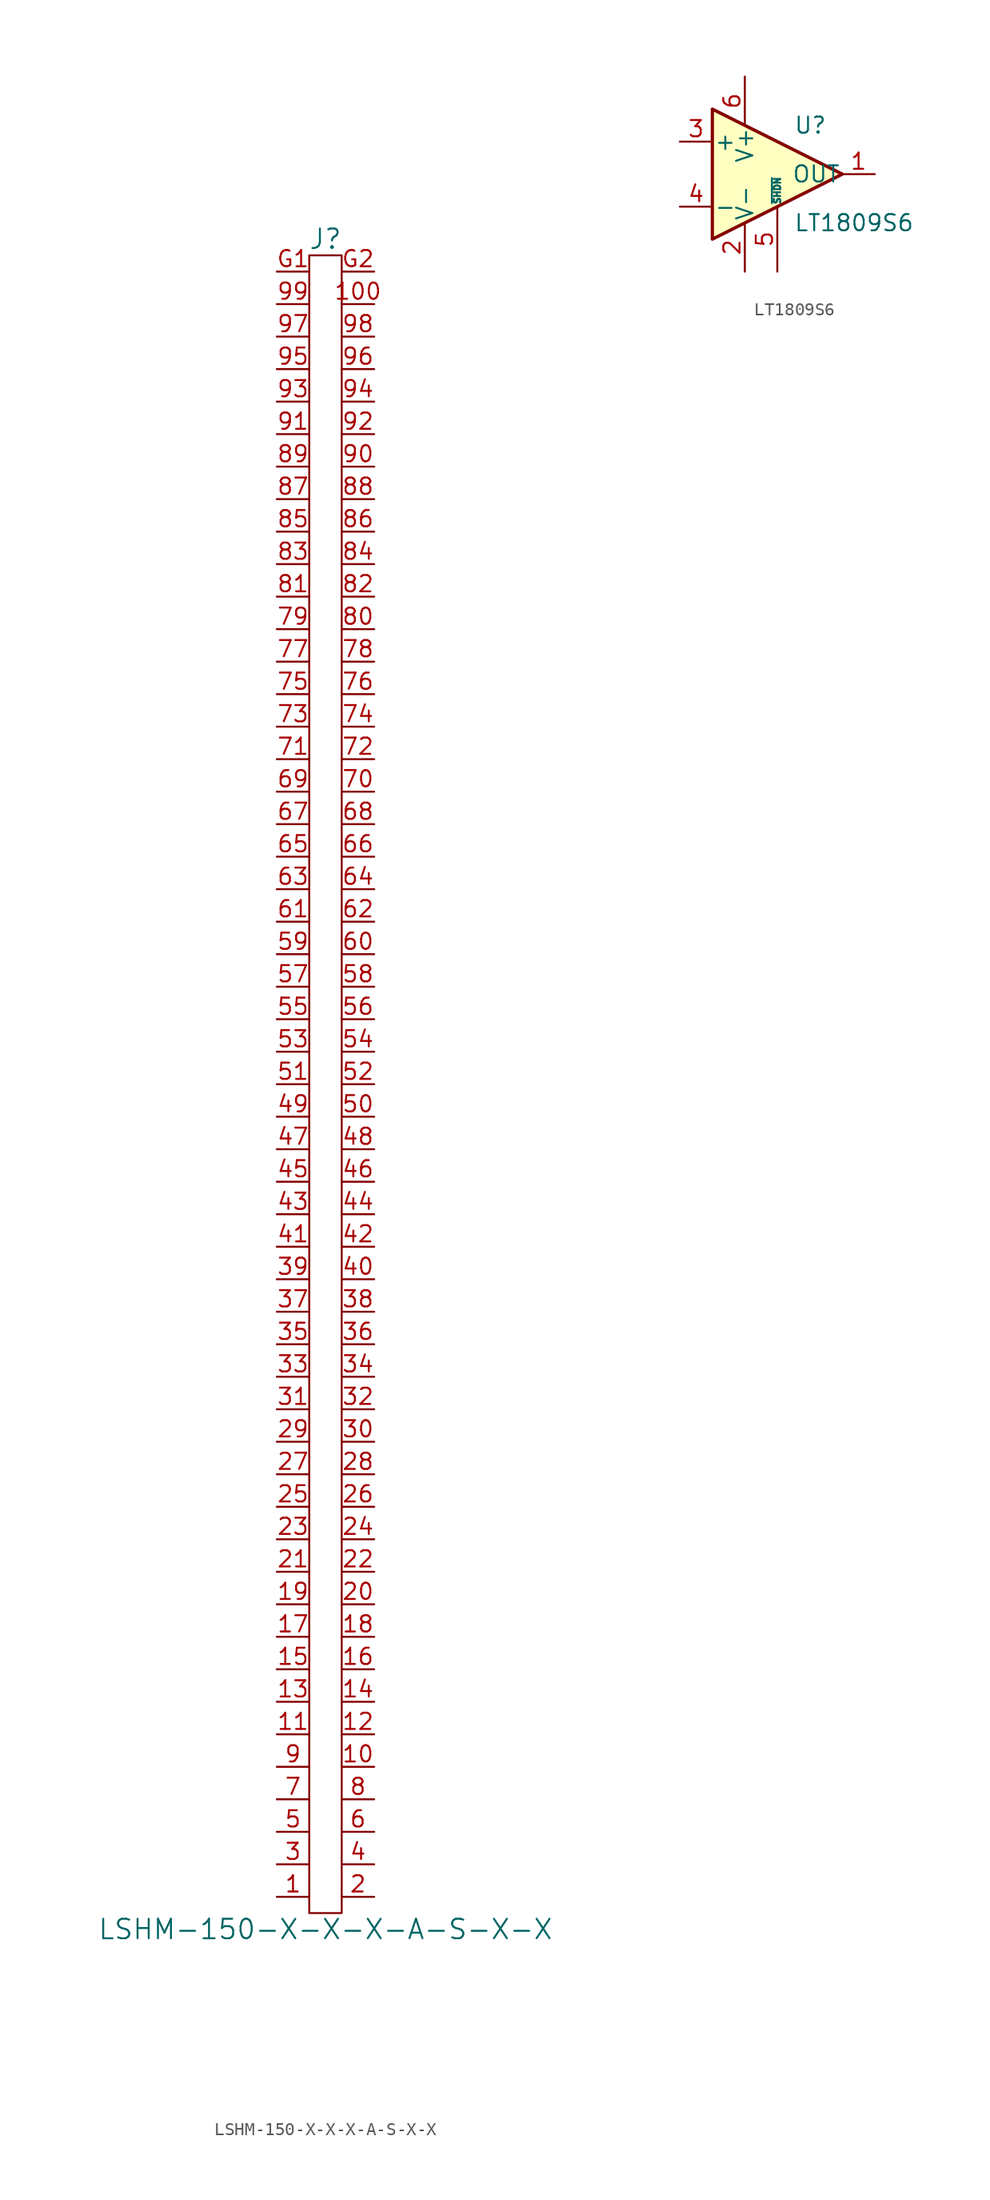
<source format=kicad_sym>
(kicad_symbol_lib
  (version 20231120)
  (generator "kicad_symbol_editor")
  (generator_version "8.0")
  (symbol "LSHM-150-X-X-X-A-S-X-X"
    (property "Reference" "J"
      (at 0 66.04 0)
      (effects (font (size 1.524 1.524))))
    (property "Value" "LSHM-150-X-X-X-A-S-X-X"
      (at 0 -66.04 0)
      (effects (font (size 1.524 1.524))))
    (symbol "LSHM-150-X-X-X-A-S-X-X_0_1"
      (rectangle (start -1.27 64.77) (end 1.27 -64.77) (stroke (width 0) (type default)) (fill (type none))))
    (symbol "LSHM-150-X-X-X-A-S-X-X_1_1"
      (pin passive line (at -3.81 -63.5 0) (length 2.54) (name "~" (effects (font (size 1.27 1.27)))) (number "1" (effects (font (size 1.27 1.27)))))
      (pin passive line (at 3.81 -53.34 180) (length 2.54) (name "~" (effects (font (size 1.27 1.27)))) (number "10" (effects (font (size 1.27 1.27)))))
      (pin passive line (at 3.81 60.96 180) (length 2.54) (name "~" (effects (font (size 1.27 1.27)))) (number "100" (effects (font (size 1.27 1.27)))))
      (pin passive line (at -3.81 -50.8 0) (length 2.54) (name "~" (effects (font (size 1.27 1.27)))) (number "11" (effects (font (size 1.27 1.27)))))
      (pin passive line (at 3.81 -50.8 180) (length 2.54) (name "~" (effects (font (size 1.27 1.27)))) (number "12" (effects (font (size 1.27 1.27)))))
      (pin passive line (at -3.81 -48.26 0) (length 2.54) (name "~" (effects (font (size 1.27 1.27)))) (number "13" (effects (font (size 1.27 1.27)))))
      (pin passive line (at 3.81 -48.26 180) (length 2.54) (name "~" (effects (font (size 1.27 1.27)))) (number "14" (effects (font (size 1.27 1.27)))))
      (pin passive line (at -3.81 -45.72 0) (length 2.54) (name "~" (effects (font (size 1.27 1.27)))) (number "15" (effects (font (size 1.27 1.27)))))
      (pin passive line (at 3.81 -45.72 180) (length 2.54) (name "~" (effects (font (size 1.27 1.27)))) (number "16" (effects (font (size 1.27 1.27)))))
      (pin passive line (at -3.81 -43.18 0) (length 2.54) (name "~" (effects (font (size 1.27 1.27)))) (number "17" (effects (font (size 1.27 1.27)))))
      (pin passive line (at 3.81 -43.18 180) (length 2.54) (name "~" (effects (font (size 1.27 1.27)))) (number "18" (effects (font (size 1.27 1.27)))))
      (pin passive line (at -3.81 -40.64 0) (length 2.54) (name "~" (effects (font (size 1.27 1.27)))) (number "19" (effects (font (size 1.27 1.27)))))
      (pin passive line (at 3.81 -63.5 180) (length 2.54) (name "~" (effects (font (size 1.27 1.27)))) (number "2" (effects (font (size 1.27 1.27)))))
      (pin passive line (at 3.81 -40.64 180) (length 2.54) (name "~" (effects (font (size 1.27 1.27)))) (number "20" (effects (font (size 1.27 1.27)))))
      (pin passive line (at -3.81 -38.1 0) (length 2.54) (name "~" (effects (font (size 1.27 1.27)))) (number "21" (effects (font (size 1.27 1.27)))))
      (pin passive line (at 3.81 -38.1 180) (length 2.54) (name "~" (effects (font (size 1.27 1.27)))) (number "22" (effects (font (size 1.27 1.27)))))
      (pin passive line (at -3.81 -35.56 0) (length 2.54) (name "~" (effects (font (size 1.27 1.27)))) (number "23" (effects (font (size 1.27 1.27)))))
      (pin passive line (at 3.81 -35.56 180) (length 2.54) (name "~" (effects (font (size 1.27 1.27)))) (number "24" (effects (font (size 1.27 1.27)))))
      (pin passive line (at -3.81 -33.02 0) (length 2.54) (name "~" (effects (font (size 1.27 1.27)))) (number "25" (effects (font (size 1.27 1.27)))))
      (pin passive line (at 3.81 -33.02 180) (length 2.54) (name "~" (effects (font (size 1.27 1.27)))) (number "26" (effects (font (size 1.27 1.27)))))
      (pin passive line (at -3.81 -30.48 0) (length 2.54) (name "~" (effects (font (size 1.27 1.27)))) (number "27" (effects (font (size 1.27 1.27)))))
      (pin passive line (at 3.81 -30.48 180) (length 2.54) (name "~" (effects (font (size 1.27 1.27)))) (number "28" (effects (font (size 1.27 1.27)))))
      (pin passive line (at -3.81 -27.94 0) (length 2.54) (name "~" (effects (font (size 1.27 1.27)))) (number "29" (effects (font (size 1.27 1.27)))))
      (pin passive line (at -3.81 -60.96 0) (length 2.54) (name "~" (effects (font (size 1.27 1.27)))) (number "3" (effects (font (size 1.27 1.27)))))
      (pin passive line (at 3.81 -27.94 180) (length 2.54) (name "~" (effects (font (size 1.27 1.27)))) (number "30" (effects (font (size 1.27 1.27)))))
      (pin passive line (at -3.81 -25.4 0) (length 2.54) (name "~" (effects (font (size 1.27 1.27)))) (number "31" (effects (font (size 1.27 1.27)))))
      (pin passive line (at 3.81 -25.4 180) (length 2.54) (name "~" (effects (font (size 1.27 1.27)))) (number "32" (effects (font (size 1.27 1.27)))))
      (pin passive line (at -3.81 -22.86 0) (length 2.54) (name "~" (effects (font (size 1.27 1.27)))) (number "33" (effects (font (size 1.27 1.27)))))
      (pin passive line (at 3.81 -22.86 180) (length 2.54) (name "~" (effects (font (size 1.27 1.27)))) (number "34" (effects (font (size 1.27 1.27)))))
      (pin passive line (at -3.81 -20.32 0) (length 2.54) (name "~" (effects (font (size 1.27 1.27)))) (number "35" (effects (font (size 1.27 1.27)))))
      (pin passive line (at 3.81 -20.32 180) (length 2.54) (name "~" (effects (font (size 1.27 1.27)))) (number "36" (effects (font (size 1.27 1.27)))))
      (pin passive line (at -3.81 -17.78 0) (length 2.54) (name "~" (effects (font (size 1.27 1.27)))) (number "37" (effects (font (size 1.27 1.27)))))
      (pin passive line (at 3.81 -17.78 180) (length 2.54) (name "~" (effects (font (size 1.27 1.27)))) (number "38" (effects (font (size 1.27 1.27)))))
      (pin passive line (at -3.81 -15.24 0) (length 2.54) (name "~" (effects (font (size 1.27 1.27)))) (number "39" (effects (font (size 1.27 1.27)))))
      (pin passive line (at 3.81 -60.96 180) (length 2.54) (name "~" (effects (font (size 1.27 1.27)))) (number "4" (effects (font (size 1.27 1.27)))))
      (pin passive line (at 3.81 -15.24 180) (length 2.54) (name "~" (effects (font (size 1.27 1.27)))) (number "40" (effects (font (size 1.27 1.27)))))
      (pin passive line (at -3.81 -12.7 0) (length 2.54) (name "~" (effects (font (size 1.27 1.27)))) (number "41" (effects (font (size 1.27 1.27)))))
      (pin passive line (at 3.81 -12.7 180) (length 2.54) (name "~" (effects (font (size 1.27 1.27)))) (number "42" (effects (font (size 1.27 1.27)))))
      (pin passive line (at -3.81 -10.16 0) (length 2.54) (name "~" (effects (font (size 1.27 1.27)))) (number "43" (effects (font (size 1.27 1.27)))))
      (pin passive line (at 3.81 -10.16 180) (length 2.54) (name "~" (effects (font (size 1.27 1.27)))) (number "44" (effects (font (size 1.27 1.27)))))
      (pin passive line (at -3.81 -7.62 0) (length 2.54) (name "~" (effects (font (size 1.27 1.27)))) (number "45" (effects (font (size 1.27 1.27)))))
      (pin passive line (at 3.81 -7.62 180) (length 2.54) (name "~" (effects (font (size 1.27 1.27)))) (number "46" (effects (font (size 1.27 1.27)))))
      (pin passive line (at -3.81 -5.08 0) (length 2.54) (name "~" (effects (font (size 1.27 1.27)))) (number "47" (effects (font (size 1.27 1.27)))))
      (pin passive line (at 3.81 -5.08 180) (length 2.54) (name "~" (effects (font (size 1.27 1.27)))) (number "48" (effects (font (size 1.27 1.27)))))
      (pin passive line (at -3.81 -2.54 0) (length 2.54) (name "~" (effects (font (size 1.27 1.27)))) (number "49" (effects (font (size 1.27 1.27)))))
      (pin passive line (at -3.81 -58.42 0) (length 2.54) (name "~" (effects (font (size 1.27 1.27)))) (number "5" (effects (font (size 1.27 1.27)))))
      (pin passive line (at 3.81 -2.54 180) (length 2.54) (name "~" (effects (font (size 1.27 1.27)))) (number "50" (effects (font (size 1.27 1.27)))))
      (pin passive line (at -3.81 0 0) (length 2.54) (name "~" (effects (font (size 1.27 1.27)))) (number "51" (effects (font (size 1.27 1.27)))))
      (pin passive line (at 3.81 0 180) (length 2.54) (name "~" (effects (font (size 1.27 1.27)))) (number "52" (effects (font (size 1.27 1.27)))))
      (pin passive line (at -3.81 2.54 0) (length 2.54) (name "~" (effects (font (size 1.27 1.27)))) (number "53" (effects (font (size 1.27 1.27)))))
      (pin passive line (at 3.81 2.54 180) (length 2.54) (name "~" (effects (font (size 1.27 1.27)))) (number "54" (effects (font (size 1.27 1.27)))))
      (pin passive line (at -3.81 5.08 0) (length 2.54) (name "~" (effects (font (size 1.27 1.27)))) (number "55" (effects (font (size 1.27 1.27)))))
      (pin passive line (at 3.81 5.08 180) (length 2.54) (name "~" (effects (font (size 1.27 1.27)))) (number "56" (effects (font (size 1.27 1.27)))))
      (pin passive line (at -3.81 7.62 0) (length 2.54) (name "~" (effects (font (size 1.27 1.27)))) (number "57" (effects (font (size 1.27 1.27)))))
      (pin passive line (at 3.81 7.62 180) (length 2.54) (name "~" (effects (font (size 1.27 1.27)))) (number "58" (effects (font (size 1.27 1.27)))))
      (pin passive line (at -3.81 10.16 0) (length 2.54) (name "~" (effects (font (size 1.27 1.27)))) (number "59" (effects (font (size 1.27 1.27)))))
      (pin passive line (at 3.81 -58.42 180) (length 2.54) (name "~" (effects (font (size 1.27 1.27)))) (number "6" (effects (font (size 1.27 1.27)))))
      (pin passive line (at 3.81 10.16 180) (length 2.54) (name "~" (effects (font (size 1.27 1.27)))) (number "60" (effects (font (size 1.27 1.27)))))
      (pin passive line (at -3.81 12.7 0) (length 2.54) (name "~" (effects (font (size 1.27 1.27)))) (number "61" (effects (font (size 1.27 1.27)))))
      (pin passive line (at 3.81 12.7 180) (length 2.54) (name "~" (effects (font (size 1.27 1.27)))) (number "62" (effects (font (size 1.27 1.27)))))
      (pin passive line (at -3.81 15.24 0) (length 2.54) (name "~" (effects (font (size 1.27 1.27)))) (number "63" (effects (font (size 1.27 1.27)))))
      (pin passive line (at 3.81 15.24 180) (length 2.54) (name "~" (effects (font (size 1.27 1.27)))) (number "64" (effects (font (size 1.27 1.27)))))
      (pin passive line (at -3.81 17.78 0) (length 2.54) (name "~" (effects (font (size 1.27 1.27)))) (number "65" (effects (font (size 1.27 1.27)))))
      (pin passive line (at 3.81 17.78 180) (length 2.54) (name "~" (effects (font (size 1.27 1.27)))) (number "66" (effects (font (size 1.27 1.27)))))
      (pin passive line (at -3.81 20.32 0) (length 2.54) (name "~" (effects (font (size 1.27 1.27)))) (number "67" (effects (font (size 1.27 1.27)))))
      (pin passive line (at 3.81 20.32 180) (length 2.54) (name "~" (effects (font (size 1.27 1.27)))) (number "68" (effects (font (size 1.27 1.27)))))
      (pin passive line (at -3.81 22.86 0) (length 2.54) (name "~" (effects (font (size 1.27 1.27)))) (number "69" (effects (font (size 1.27 1.27)))))
      (pin passive line (at -3.81 -55.88 0) (length 2.54) (name "~" (effects (font (size 1.27 1.27)))) (number "7" (effects (font (size 1.27 1.27)))))
      (pin passive line (at 3.81 22.86 180) (length 2.54) (name "~" (effects (font (size 1.27 1.27)))) (number "70" (effects (font (size 1.27 1.27)))))
      (pin passive line (at -3.81 25.4 0) (length 2.54) (name "~" (effects (font (size 1.27 1.27)))) (number "71" (effects (font (size 1.27 1.27)))))
      (pin passive line (at 3.81 25.4 180) (length 2.54) (name "~" (effects (font (size 1.27 1.27)))) (number "72" (effects (font (size 1.27 1.27)))))
      (pin passive line (at -3.81 27.94 0) (length 2.54) (name "~" (effects (font (size 1.27 1.27)))) (number "73" (effects (font (size 1.27 1.27)))))
      (pin passive line (at 3.81 27.94 180) (length 2.54) (name "~" (effects (font (size 1.27 1.27)))) (number "74" (effects (font (size 1.27 1.27)))))
      (pin passive line (at -3.81 30.48 0) (length 2.54) (name "~" (effects (font (size 1.27 1.27)))) (number "75" (effects (font (size 1.27 1.27)))))
      (pin passive line (at 3.81 30.48 180) (length 2.54) (name "~" (effects (font (size 1.27 1.27)))) (number "76" (effects (font (size 1.27 1.27)))))
      (pin passive line (at -3.81 33.02 0) (length 2.54) (name "~" (effects (font (size 1.27 1.27)))) (number "77" (effects (font (size 1.27 1.27)))))
      (pin passive line (at 3.81 33.02 180) (length 2.54) (name "~" (effects (font (size 1.27 1.27)))) (number "78" (effects (font (size 1.27 1.27)))))
      (pin passive line (at -3.81 35.56 0) (length 2.54) (name "~" (effects (font (size 1.27 1.27)))) (number "79" (effects (font (size 1.27 1.27)))))
      (pin passive line (at 3.81 -55.88 180) (length 2.54) (name "~" (effects (font (size 1.27 1.27)))) (number "8" (effects (font (size 1.27 1.27)))))
      (pin passive line (at 3.81 35.56 180) (length 2.54) (name "~" (effects (font (size 1.27 1.27)))) (number "80" (effects (font (size 1.27 1.27)))))
      (pin passive line (at -3.81 38.1 0) (length 2.54) (name "~" (effects (font (size 1.27 1.27)))) (number "81" (effects (font (size 1.27 1.27)))))
      (pin passive line (at 3.81 38.1 180) (length 2.54) (name "~" (effects (font (size 1.27 1.27)))) (number "82" (effects (font (size 1.27 1.27)))))
      (pin passive line (at -3.81 40.64 0) (length 2.54) (name "~" (effects (font (size 1.27 1.27)))) (number "83" (effects (font (size 1.27 1.27)))))
      (pin passive line (at 3.81 40.64 180) (length 2.54) (name "~" (effects (font (size 1.27 1.27)))) (number "84" (effects (font (size 1.27 1.27)))))
      (pin passive line (at -3.81 43.18 0) (length 2.54) (name "~" (effects (font (size 1.27 1.27)))) (number "85" (effects (font (size 1.27 1.27)))))
      (pin passive line (at 3.81 43.18 180) (length 2.54) (name "~" (effects (font (size 1.27 1.27)))) (number "86" (effects (font (size 1.27 1.27)))))
      (pin passive line (at -3.81 45.72 0) (length 2.54) (name "~" (effects (font (size 1.27 1.27)))) (number "87" (effects (font (size 1.27 1.27)))))
      (pin passive line (at 3.81 45.72 180) (length 2.54) (name "~" (effects (font (size 1.27 1.27)))) (number "88" (effects (font (size 1.27 1.27)))))
      (pin passive line (at -3.81 48.26 0) (length 2.54) (name "~" (effects (font (size 1.27 1.27)))) (number "89" (effects (font (size 1.27 1.27)))))
      (pin passive line (at -3.81 -53.34 0) (length 2.54) (name "~" (effects (font (size 1.27 1.27)))) (number "9" (effects (font (size 1.27 1.27)))))
      (pin passive line (at 3.81 48.26 180) (length 2.54) (name "~" (effects (font (size 1.27 1.27)))) (number "90" (effects (font (size 1.27 1.27)))))
      (pin passive line (at -3.81 50.8 0) (length 2.54) (name "~" (effects (font (size 1.27 1.27)))) (number "91" (effects (font (size 1.27 1.27)))))
      (pin passive line (at 3.81 50.8 180) (length 2.54) (name "~" (effects (font (size 1.27 1.27)))) (number "92" (effects (font (size 1.27 1.27)))))
      (pin passive line (at -3.81 53.34 0) (length 2.54) (name "~" (effects (font (size 1.27 1.27)))) (number "93" (effects (font (size 1.27 1.27)))))
      (pin passive line (at 3.81 53.34 180) (length 2.54) (name "~" (effects (font (size 1.27 1.27)))) (number "94" (effects (font (size 1.27 1.27)))))
      (pin passive line (at -3.81 55.88 0) (length 2.54) (name "~" (effects (font (size 1.27 1.27)))) (number "95" (effects (font (size 1.27 1.27)))))
      (pin passive line (at 3.81 55.88 180) (length 2.54) (name "~" (effects (font (size 1.27 1.27)))) (number "96" (effects (font (size 1.27 1.27)))))
      (pin passive line (at -3.81 58.42 0) (length 2.54) (name "~" (effects (font (size 1.27 1.27)))) (number "97" (effects (font (size 1.27 1.27)))))
      (pin passive line (at 3.81 58.42 180) (length 2.54) (name "~" (effects (font (size 1.27 1.27)))) (number "98" (effects (font (size 1.27 1.27)))))
      (pin passive line (at -3.81 60.96 0) (length 2.54) (name "~" (effects (font (size 1.27 1.27)))) (number "99" (effects (font (size 1.27 1.27)))))
      (pin passive line (at -3.81 63.5 0) (length 2.54) (name "~" (effects (font (size 1.27 1.27)))) (number "G1" (effects (font (size 1.27 1.27)))))
      (pin passive line (at 3.81 63.5 180) (length 2.54) (name "~" (effects (font (size 1.27 1.27)))) (number "G2" (effects (font (size 1.27 1.27)))))))
  (symbol "LT1809S6"
    (pin_names
      (offset 0.127))
    (property "Reference" "U"
      (at 1.27 3.81 0)
      (effects (font (size 1.27 1.27)) (justify left)))
    (property "Value" "LT1809S6"
      (at 1.27 -3.81 0)
      (effects (font (size 1.27 1.27)) (justify left)))
    (symbol "LT1809S6_0_1"
      (polyline (pts (xy -5.08 5.08) (xy 5.08 0) (xy -5.08 -5.08) (xy -5.08 5.08)) (stroke (width 0.254) (type default)) (fill (type background))))
    (symbol "LT1809S6_1_1"
      (pin output line (at 7.62 0 180) (length 2.54) (name "OUT" (effects (font (size 1.27 1.27)))) (number "1" (effects (font (size 1.27 1.27)))))
      (pin power_in line (at -2.54 -7.62 90) (length 3.81) (name "V-" (effects (font (size 1.27 1.27)))) (number "2" (effects (font (size 1.27 1.27)))))
      (pin input line (at -7.62 2.54 0) (length 2.54) (name "+" (effects (font (size 1.27 1.27)))) (number "3" (effects (font (size 1.27 1.27)))))
      (pin input line (at -7.62 -2.54 0) (length 2.54) (name "-" (effects (font (size 1.27 1.27)))) (number "4" (effects (font (size 1.27 1.27)))))
      (pin input line (at 0 -7.62 90) (length 5.08) (name "~{SHDN}" (effects (font (size 0.508 0.508)))) (number "5" (effects (font (size 1.27 1.27)))))
      (pin power_in line (at -2.54 7.62 270) (length 3.81) (name "V+" (effects (font (size 1.27 1.27)))) (number "6" (effects (font (size 1.27 1.27))))))))
</source>
